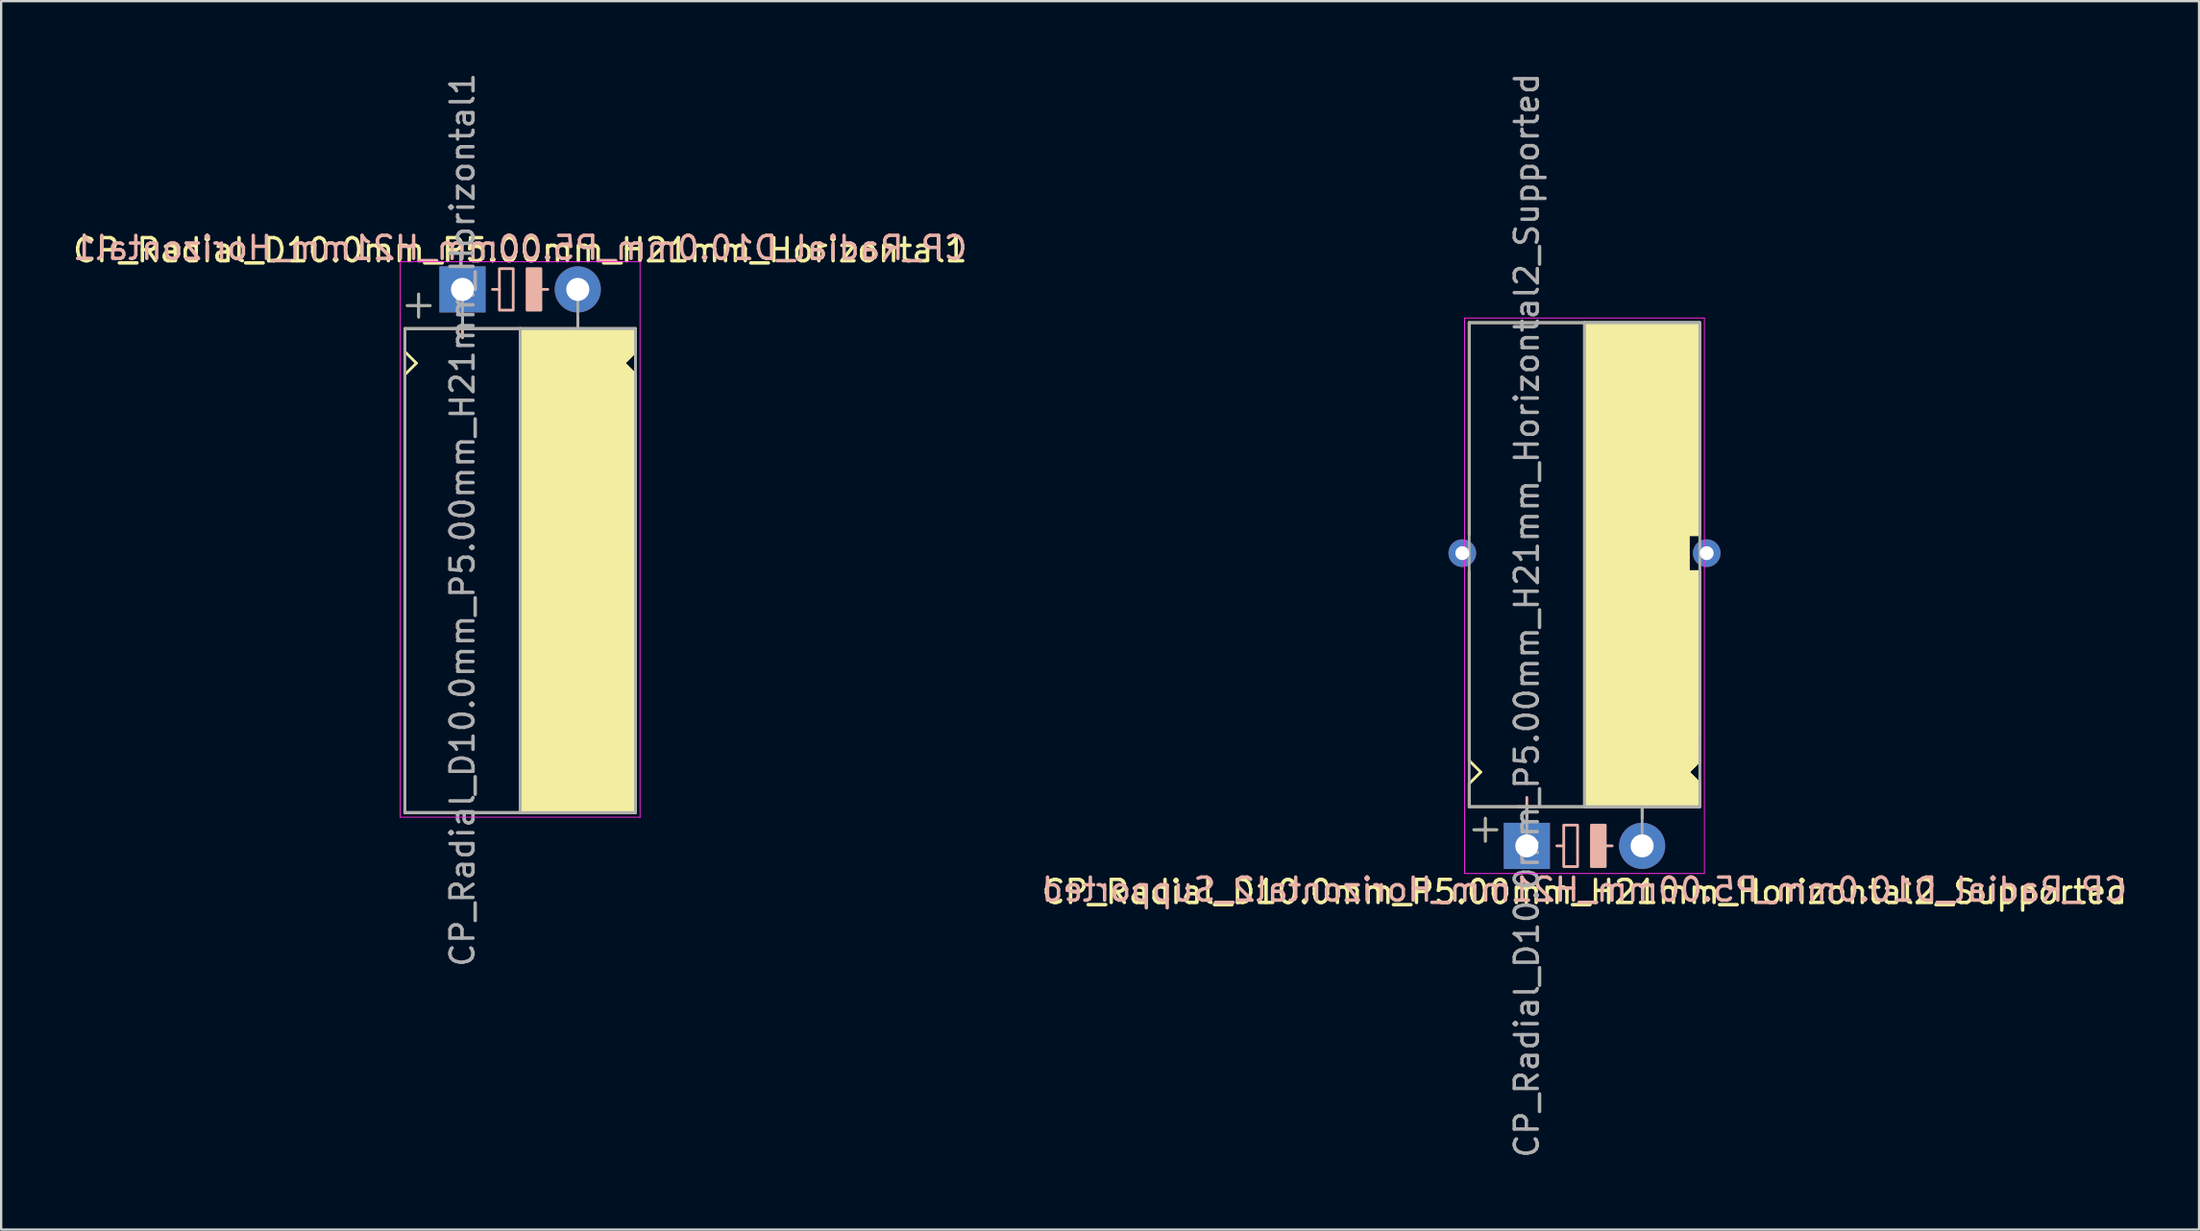
<source format=kicad_pcb>
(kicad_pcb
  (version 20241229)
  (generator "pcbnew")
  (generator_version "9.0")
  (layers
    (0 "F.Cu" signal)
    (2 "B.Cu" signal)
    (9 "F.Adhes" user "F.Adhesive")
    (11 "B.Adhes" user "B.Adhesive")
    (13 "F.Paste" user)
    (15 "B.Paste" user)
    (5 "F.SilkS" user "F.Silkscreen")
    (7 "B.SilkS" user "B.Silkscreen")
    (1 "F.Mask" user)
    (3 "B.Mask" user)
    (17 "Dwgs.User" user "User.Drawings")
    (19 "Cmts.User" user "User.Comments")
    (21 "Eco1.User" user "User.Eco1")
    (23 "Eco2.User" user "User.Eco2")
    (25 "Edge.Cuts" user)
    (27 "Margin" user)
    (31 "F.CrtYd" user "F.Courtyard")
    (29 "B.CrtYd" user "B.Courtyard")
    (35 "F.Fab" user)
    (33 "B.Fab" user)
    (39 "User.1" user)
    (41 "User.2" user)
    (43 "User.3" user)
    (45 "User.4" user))
  (footprint "CP_Radial_D10.0mm_P5.00mm_H21mm_Horizontal2_Supported"
    (layer "F.Cu")
    (at 63.161 33.649)
    (property "Reference" "CP_Radial_D10.0mm_P5.00mm_H21mm_Horizontal2_Supported" (at 2.5 2 0) (layer "F.SilkS") (effects (font (size 1 1) (thickness 0.15))))
    (fp_line (start -2.5 -22.7) (end 7.5 -22.7) (stroke (width 0.12) (type solid)) (layer "F.SilkS"))
    (fp_line (start -2.5 -13.5) (end -2.5 -22.7) (stroke (width 0.12) (type solid)) (layer "F.SilkS"))
    (fp_line (start -2.5 -3.7) (end -2.5 -11.9) (stroke (width 0.12) (type solid)) (layer "F.SilkS"))
    (fp_line (start -2.5 -2.7) (end -2 -3.2) (stroke (width 0.12) (type solid)) (layer "F.SilkS"))
    (fp_line (start -2.5 -1.7) (end -2.5 -2.7) (stroke (width 0.12) (type solid)) (layer "F.SilkS"))
    (fp_line (start -2 -3.2) (end -2.5 -3.7) (stroke (width 0.12) (type solid)) (layer "F.SilkS"))
    (fp_line (start -1.8 -1.2) (end -1.8 -0.2) (stroke (width 0.12) (type solid)) (layer "F.SilkS"))
    (fp_line (start -1.3 -0.7) (end -2.3 -0.7) (stroke (width 0.12) (type solid)) (layer "F.SilkS"))
    (fp_line (start 0 -1.7) (end 0 -1.2) (stroke (width 0.12) (type solid)) (layer "F.SilkS"))
    (fp_line (start 2.5 -22.7) (end 2.5 -1.7) (stroke (width 0.12) (type solid)) (layer "F.SilkS"))
    (fp_line (start 2.5 -1.7) (end -2.5 -1.7) (stroke (width 0.12) (type solid)) (layer "F.SilkS"))
    (fp_line (start 5 -1.7) (end 5 -1.2) (stroke (width 0.12) (type solid)) (layer "F.SilkS"))
    (fp_line (start 7 -13.5) (end 7 -12.5) (stroke (width 0.12) (type solid)) (layer "F.SilkS"))
    (fp_line (start 7 -12.5) (end 7 -11.9) (stroke (width 0.12) (type solid)) (layer "F.SilkS"))
    (fp_line (start 7 -11.9) (end 7.5 -11.9) (stroke (width 0.12) (type solid)) (layer "F.SilkS"))
    (fp_line (start 7 -3.2) (end 7.5 -3.7) (stroke (width 0.12) (type solid)) (layer "F.SilkS"))
    (fp_line (start 7.5 -13.5) (end 7 -13.5) (stroke (width 0.12) (type solid)) (layer "F.SilkS"))
    (fp_line (start 7.5 -13.5) (end 7.5 -22.7) (stroke (width 0.12) (type solid)) (layer "F.SilkS"))
    (fp_line (start 7.5 -4.7) (end 7.5 -11.9) (stroke (width 0.12) (type solid)) (layer "F.SilkS"))
    (fp_line (start 7.5 -2.7) (end 7 -3.2) (stroke (width 0.12) (type solid)) (layer "F.SilkS"))
    (fp_line (start 7.5 -1.7) (end 2.5 -1.7) (stroke (width 0.12) (type solid)) (layer "F.SilkS"))
    (fp_line (start 7.5 -1.7) (end 7.5 -2.7) (stroke (width 0.12) (type solid)) (layer "F.SilkS"))
    (fp_poly (pts (xy 7.5 -2.7) (xy 7 -3.2) (xy 7.5 -3.7) (xy 7.5 -11.9) (xy 7 -11.9) (xy 7 -13.5) (xy 7.5 -13.5) (xy 7.5 -22.7) (xy 2.5 -22.7) (xy 2.5 -1.7) (xy 7.5 -1.7)) (stroke (width 0.1) (type solid)) (fill yes) (layer "F.SilkS"))
    (fp_line (start 0 -2.1) (end 0 -1.3) (stroke (width 0.12) (type solid)) (layer "B.SilkS"))
    (fp_line (start 0.4 -1.7) (end -0.4 -1.7) (stroke (width 0.12) (type solid)) (layer "B.SilkS"))
    (fp_line (start 1.6 0) (end 1.3 0) (stroke (width 0.12) (type solid)) (layer "B.SilkS"))
    (fp_line (start 3.7 0) (end 3.4 0) (stroke (width 0.12) (type solid)) (layer "B.SilkS"))
    (fp_rect (start 2.2 -0.9) (end 1.6 0.9) (stroke (width 0.12) (type solid)) (fill no) (layer "B.SilkS"))
    (fp_rect (start 3.4 -0.9) (end 2.8 0.9) (stroke (width 0.12) (type solid)) (fill yes) (layer "B.SilkS"))
    (fp_line (start -2.7 -22.9) (end -2.7 1.2) (stroke (width 0.04) (type solid)) (layer "F.CrtYd"))
    (fp_line (start -2.7 1.2) (end 5.3 1.2) (stroke (width 0.04) (type solid)) (layer "F.CrtYd"))
    (fp_line (start 5.3 1.2) (end 7.7 1.2) (stroke (width 0.04) (type solid)) (layer "F.CrtYd"))
    (fp_line (start 7.7 -22.9) (end -2.7 -22.9) (stroke (width 0.04) (type solid)) (layer "F.CrtYd"))
    (fp_line (start 7.7 1.2) (end 7.7 -22.9) (stroke (width 0.04) (type solid)) (layer "F.CrtYd"))
    (fp_line (start -2.5 -22.7) (end 7.5 -22.7) (stroke (width 0.12) (type solid)) (layer "F.Fab"))
    (fp_line (start -2.5 -1.7) (end -2.5 -22.7) (stroke (width 0.12) (type solid)) (layer "F.Fab"))
    (fp_line (start -2.3 -0.7) (end -1.3 -0.7) (stroke (width 0.1) (type solid)) (layer "F.Fab"))
    (fp_line (start -1.8 -0.2) (end -1.8 -1.2) (stroke (width 0.1) (type solid)) (layer "F.Fab"))
    (fp_line (start 0 -1.7) (end 0 0) (stroke (width 0.12) (type solid)) (layer "F.Fab"))
    (fp_line (start 2.5 -1.7) (end 2.5 -22.7) (stroke (width 0.12) (type solid)) (layer "F.Fab"))
    (fp_line (start 5 -1.7) (end 5 0) (stroke (width 0.12) (type solid)) (layer "F.Fab"))
    (fp_line (start 7.5 -22.7) (end 7.5 -1.7) (stroke (width 0.12) (type solid)) (layer "F.Fab"))
    (fp_line (start 7.5 -1.7) (end -2.5 -1.7) (stroke (width 0.12) (type solid)) (layer "F.Fab"))
    (fp_poly (pts (xy 7.5 -22.7) (xy 2.5 -22.7) (xy 2.5 -1.7) (xy 7.5 -1.7)) (stroke (width 0.1) (type solid)) (fill no) (layer "F.Fab"))
    (fp_text user "${REFERENCE}" (at 2.5 1.9 0) (layer "B.SilkS") (effects (font (size 1 1) (thickness 0.15)) (justify mirror)))
    (fp_text user "${REFERENCE}" (at 0 -10 90) (layer "F.Fab") (effects (font (size 1 1) (thickness 0.15))))
    (pad "1" thru_hole rect (at 0 0) (size 2 2) (drill 1) (layers "*.Cu" "*.Mask"))
    (pad "2" thru_hole circle (at 5 0) (size 2 2) (drill 1) (layers "*.Cu" "*.Mask"))
    (pad "~" thru_hole circle (at -2.8 -12.7 180) (size 1.2 1.2) (drill 0.6) (layers "*.Cu" "*.Mask"))
    (pad "~" thru_hole circle (at 7.8 -12.7 180) (size 1.2 1.2) (drill 0.6) (layers "*.Cu" "*.Mask")))
  (footprint "CP_Radial_D10.0mm_P5.00mm_H21mm_Horizontal1"
    (layer "F.Cu")
    (at 17.006 9.506)
    (property "Reference" "CP_Radial_D10.0mm_P5.00mm_H21mm_Horizontal1" (at 2.5 -1.7 0) (layer "F.SilkS") (effects (font (size 1 1) (thickness 0.15))))
    (fp_line (start -2.5 1.7) (end -2.5 2.7) (stroke (width 0.12) (type solid)) (layer "F.SilkS"))
    (fp_line (start -2.5 2.7) (end -2 3.2) (stroke (width 0.12) (type solid)) (layer "F.SilkS"))
    (fp_line (start -2.5 3.7) (end -2.5 11.7) (stroke (width 0.12) (type solid)) (layer "F.SilkS"))
    (fp_line (start -2.5 11.7) (end -2.5 22.7) (stroke (width 0.12) (type solid)) (layer "F.SilkS"))
    (fp_line (start -2.5 22.7) (end 7.5 22.7) (stroke (width 0.12) (type solid)) (layer "F.SilkS"))
    (fp_line (start -2 3.2) (end -2.5 3.7) (stroke (width 0.12) (type solid)) (layer "F.SilkS"))
    (fp_line (start -1.9 0.2) (end -1.9 1.2) (stroke (width 0.12) (type solid)) (layer "F.SilkS"))
    (fp_line (start -1.4 0.7) (end -2.4 0.7) (stroke (width 0.12) (type solid)) (layer "F.SilkS"))
    (fp_line (start 0 1.7) (end 0 1.2) (stroke (width 0.12) (type solid)) (layer "F.SilkS"))
    (fp_line (start 2.5 1.7) (end -2.5 1.7) (stroke (width 0.12) (type solid)) (layer "F.SilkS"))
    (fp_line (start 2.5 22.7) (end 2.5 1.7) (stroke (width 0.12) (type solid)) (layer "F.SilkS"))
    (fp_line (start 5 1.7) (end 5 1.2) (stroke (width 0.12) (type solid)) (layer "F.SilkS"))
    (fp_line (start 7 3.2) (end 7.5 3.7) (stroke (width 0.12) (type solid)) (layer "F.SilkS"))
    (fp_line (start 7.5 1.7) (end 2.5 1.7) (stroke (width 0.12) (type solid)) (layer "F.SilkS"))
    (fp_line (start 7.5 1.7) (end 7.5 2.7) (stroke (width 0.12) (type solid)) (layer "F.SilkS"))
    (fp_line (start 7.5 2.7) (end 7 3.2) (stroke (width 0.12) (type solid)) (layer "F.SilkS"))
    (fp_line (start 7.5 3.7) (end 7.5 11.7) (stroke (width 0.12) (type solid)) (layer "F.SilkS"))
    (fp_line (start 7.5 11.7) (end 7.5 22.7) (stroke (width 0.12) (type solid)) (layer "F.SilkS"))
    (fp_poly (pts (xy 7.5 2.7) (xy 7 3.2) (xy 7.5 3.7) (xy 7.5 22.7) (xy 2.5 22.7) (xy 2.5 1.7) (xy 7.5 1.7)) (stroke (width 0.1) (type solid)) (fill yes) (layer "F.SilkS"))
    (fp_line (start 0 1.3) (end 0 2.1) (stroke (width 0.12) (type solid)) (layer "B.SilkS"))
    (fp_line (start 0.4 1.7) (end -0.4 1.7) (stroke (width 0.12) (type solid)) (layer "B.SilkS"))
    (fp_line (start 1.6 0) (end 1.3 0) (stroke (width 0.12) (type solid)) (layer "B.SilkS"))
    (fp_line (start 3.7 0) (end 3.4 0) (stroke (width 0.12) (type solid)) (layer "B.SilkS"))
    (fp_rect (start 2.2 -0.9) (end 1.6 0.9) (stroke (width 0.12) (type solid)) (fill no) (layer "B.SilkS"))
    (fp_rect (start 3.4 -0.9) (end 2.8 0.9) (stroke (width 0.12) (type solid)) (fill yes) (layer "B.SilkS"))
    (fp_line (start -2.7 -1.2) (end 5.3 -1.2) (stroke (width 0.04) (type solid)) (layer "F.CrtYd"))
    (fp_line (start -2.7 22.9) (end -2.7 -1.2) (stroke (width 0.04) (type solid)) (layer "F.CrtYd"))
    (fp_line (start 5.3 -1.2) (end 7.7 -1.2) (stroke (width 0.04) (type solid)) (layer "F.CrtYd"))
    (fp_line (start 7.7 -1.2) (end 7.7 22.9) (stroke (width 0.04) (type solid)) (layer "F.CrtYd"))
    (fp_line (start 7.7 22.9) (end -2.7 22.9) (stroke (width 0.04) (type solid)) (layer "F.CrtYd"))
    (fp_line (start -2.5 1.7) (end -2.5 22.7) (stroke (width 0.12) (type solid)) (layer "F.Fab"))
    (fp_line (start -2.5 22.7) (end 7.5 22.7) (stroke (width 0.12) (type solid)) (layer "F.Fab"))
    (fp_line (start -2.4 0.7) (end -1.4 0.7) (stroke (width 0.1) (type solid)) (layer "F.Fab"))
    (fp_line (start -1.9 1.2) (end -1.9 0.2) (stroke (width 0.1) (type solid)) (layer "F.Fab"))
    (fp_line (start 0 1.7) (end 0 0) (stroke (width 0.12) (type solid)) (layer "F.Fab"))
    (fp_line (start 2.5 1.7) (end 2.5 22.7) (stroke (width 0.12) (type solid)) (layer "F.Fab"))
    (fp_line (start 5 1.7) (end 5 0) (stroke (width 0.12) (type solid)) (layer "F.Fab"))
    (fp_line (start 7.5 1.7) (end -2.5 1.7) (stroke (width 0.12) (type solid)) (layer "F.Fab"))
    (fp_line (start 7.5 22.7) (end 7.5 1.7) (stroke (width 0.12) (type solid)) (layer "F.Fab"))
    (fp_poly (pts (xy 7.5 22.7) (xy 2.5 22.7) (xy 2.5 1.7) (xy 7.5 1.7)) (stroke (width 0.1) (type solid)) (fill no) (layer "F.Fab"))
    (fp_text user "${REFERENCE}" (at 2.5 -1.8 0) (layer "B.SilkS") (effects (font (size 1 1) (thickness 0.15)) (justify mirror)))
    (fp_text user "${REFERENCE}" (at 0 10 90) (layer "F.Fab") (effects (font (size 1 1) (thickness 0.15))))
    (pad "1" thru_hole rect (at 0 0) (size 2 2) (drill 1) (layers "*.Cu" "*.Mask"))
    (pad "2" thru_hole circle (at 5 0) (size 2 2) (drill 1) (layers "*.Cu" "*.Mask")))
  (gr_rect
    (start -3 -3)
    (end 92.31 50.298)
    (stroke (width 0.1) (type default))
    (fill no)
    (layer "Edge.Cuts")))
</source>
